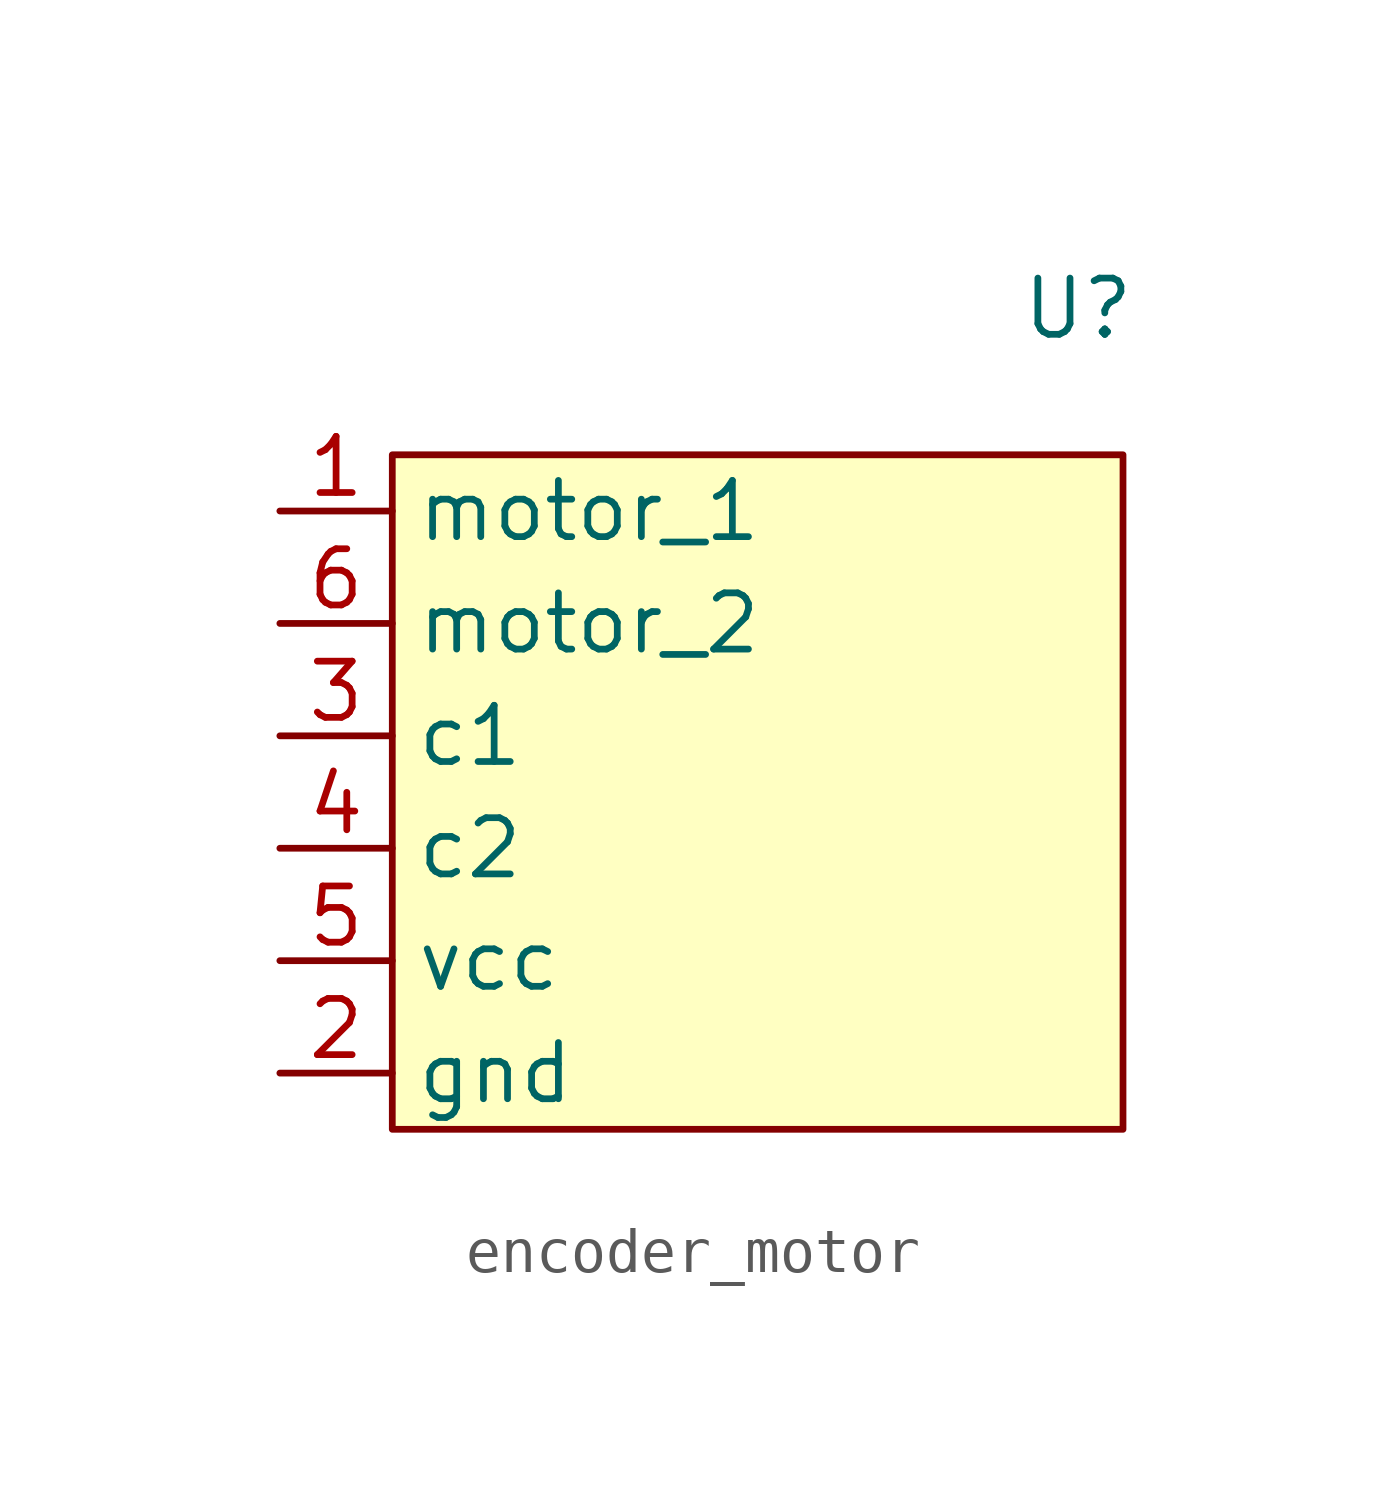
<source format=kicad_sym>
(kicad_symbol_lib
  (version 20231120)
  (generator "kicad_symbol_editor")
  (generator_version "8.0")
  (symbol "encoder_motor"
    (property "Reference" "U"
      (at 10.414 8.382 0)
      (effects (font (size 1.27 1.27))))
    (property "Value" ""
      (at 0 0 0)
      (effects (font (size 1.27 1.27))))
    (symbol "encoder_motor_1_1"
      (rectangle (start -5.08 5.08) (end 11.43 -10.16) (stroke (width 0) (type default)) (fill (type background)))
      (pin bidirectional line (at -7.62 3.81 0) (length 2.54) (name "motor_1" (effects (font (size 1.27 1.27)))) (number "1" (effects (font (size 1.27 1.27)))))
      (pin bidirectional line (at -7.62 -8.89 0) (length 2.54) (name "gnd" (effects (font (size 1.27 1.27)))) (number "2" (effects (font (size 1.27 1.27)))))
      (pin bidirectional line (at -7.62 -1.27 0) (length 2.54) (name "c1" (effects (font (size 1.27 1.27)))) (number "3" (effects (font (size 1.27 1.27)))))
      (pin bidirectional line (at -7.62 -3.81 0) (length 2.54) (name "c2" (effects (font (size 1.27 1.27)))) (number "4" (effects (font (size 1.27 1.27)))))
      (pin bidirectional line (at -7.62 -6.35 0) (length 2.54) (name "vcc" (effects (font (size 1.27 1.27)))) (number "5" (effects (font (size 1.27 1.27)))))
      (pin bidirectional line (at -7.62 1.27 0) (length 2.54) (name "motor_2" (effects (font (size 1.27 1.27)))) (number "6" (effects (font (size 1.27 1.27))))))))
</source>
